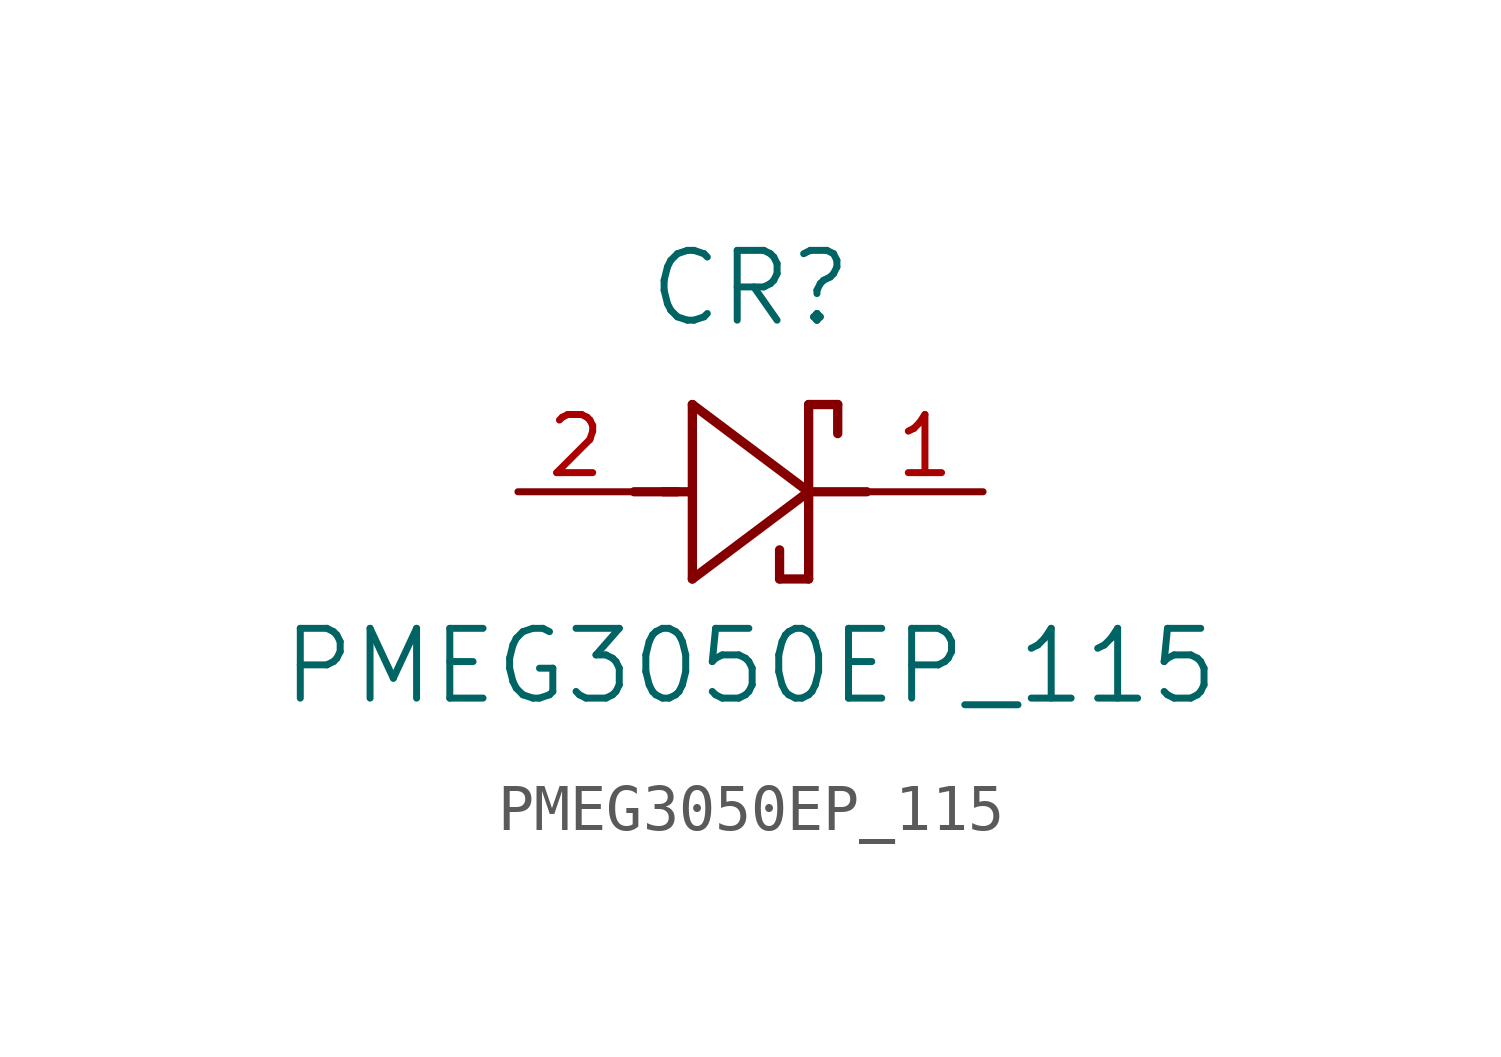
<source format=kicad_sym>
(kicad_symbol_lib
  (version 20211014)
  (generator kicad_symbol_editor)
  (symbol "PMEG3050EP_115"
    (pin_names
      (offset 0.254))
    (property "Reference" "CR"
      (at 5.08 4.445 0)
      (effects (font (size 1.524 1.524))))
    (property "Value" "PMEG3050EP_115"
      (at 5.08 -3.81 0)
      (effects (font (size 1.524 1.524))))
    (symbol "PMEG3050EP_115_0_1"
      (polyline (pts (xy 2.54 0) (xy 3.48 0)) (stroke (width 0.203) (type default) (color 0 0 0 0)) (fill (type none)))
      (polyline (pts (xy 3.175 0) (xy 3.81 0)) (stroke (width 0.203) (type default) (color 0 0 0 0)) (fill (type none)))
      (polyline (pts (xy 3.81 -1.905) (xy 6.35 0)) (stroke (width 0.203) (type default) (color 0 0 0 0)) (fill (type none)))
      (polyline (pts (xy 6.35 -1.905) (xy 5.715 -1.905)) (stroke (width 0.203) (type default) (color 0 0 0 0)) (fill (type none)))
      (polyline (pts (xy 6.35 1.905) (xy 6.985 1.905)) (stroke (width 0.203) (type default) (color 0 0 0 0)) (fill (type none)))
      (polyline (pts (xy 3.81 1.905) (xy 3.81 -1.905)) (stroke (width 0.203) (type default) (color 0 0 0 0)) (fill (type none)))
      (polyline (pts (xy 6.35 -1.905) (xy 6.35 1.905)) (stroke (width 0.203) (type default) (color 0 0 0 0)) (fill (type none)))
      (polyline (pts (xy 6.35 0) (xy 3.81 1.905)) (stroke (width 0.203) (type default) (color 0 0 0 0)) (fill (type none)))
      (polyline (pts (xy 6.35 0) (xy 7.62 0)) (stroke (width 0.203) (type default) (color 0 0 0 0)) (fill (type none)))
      (polyline (pts (xy 6.985 1.905) (xy 6.985 1.27)) (stroke (width 0.203) (type default) (color 0 0 0 0)) (fill (type none)))
      (polyline (pts (xy 5.715 -1.905) (xy 5.715 -1.27)) (stroke (width 0.203) (type default) (color 0 0 0 0)) (fill (type none)))
      (pin unspecified line (at 0 0 0) (length 2.54) (name "" (effects (font (size 1.27 1.27)))) (number "2" (effects (font (size 1.27 1.27)))))
      (pin unspecified line (at 10.16 0 180) (length 2.54) (name "" (effects (font (size 1.27 1.27)))) (number "1" (effects (font (size 1.27 1.27))))))))
</source>
